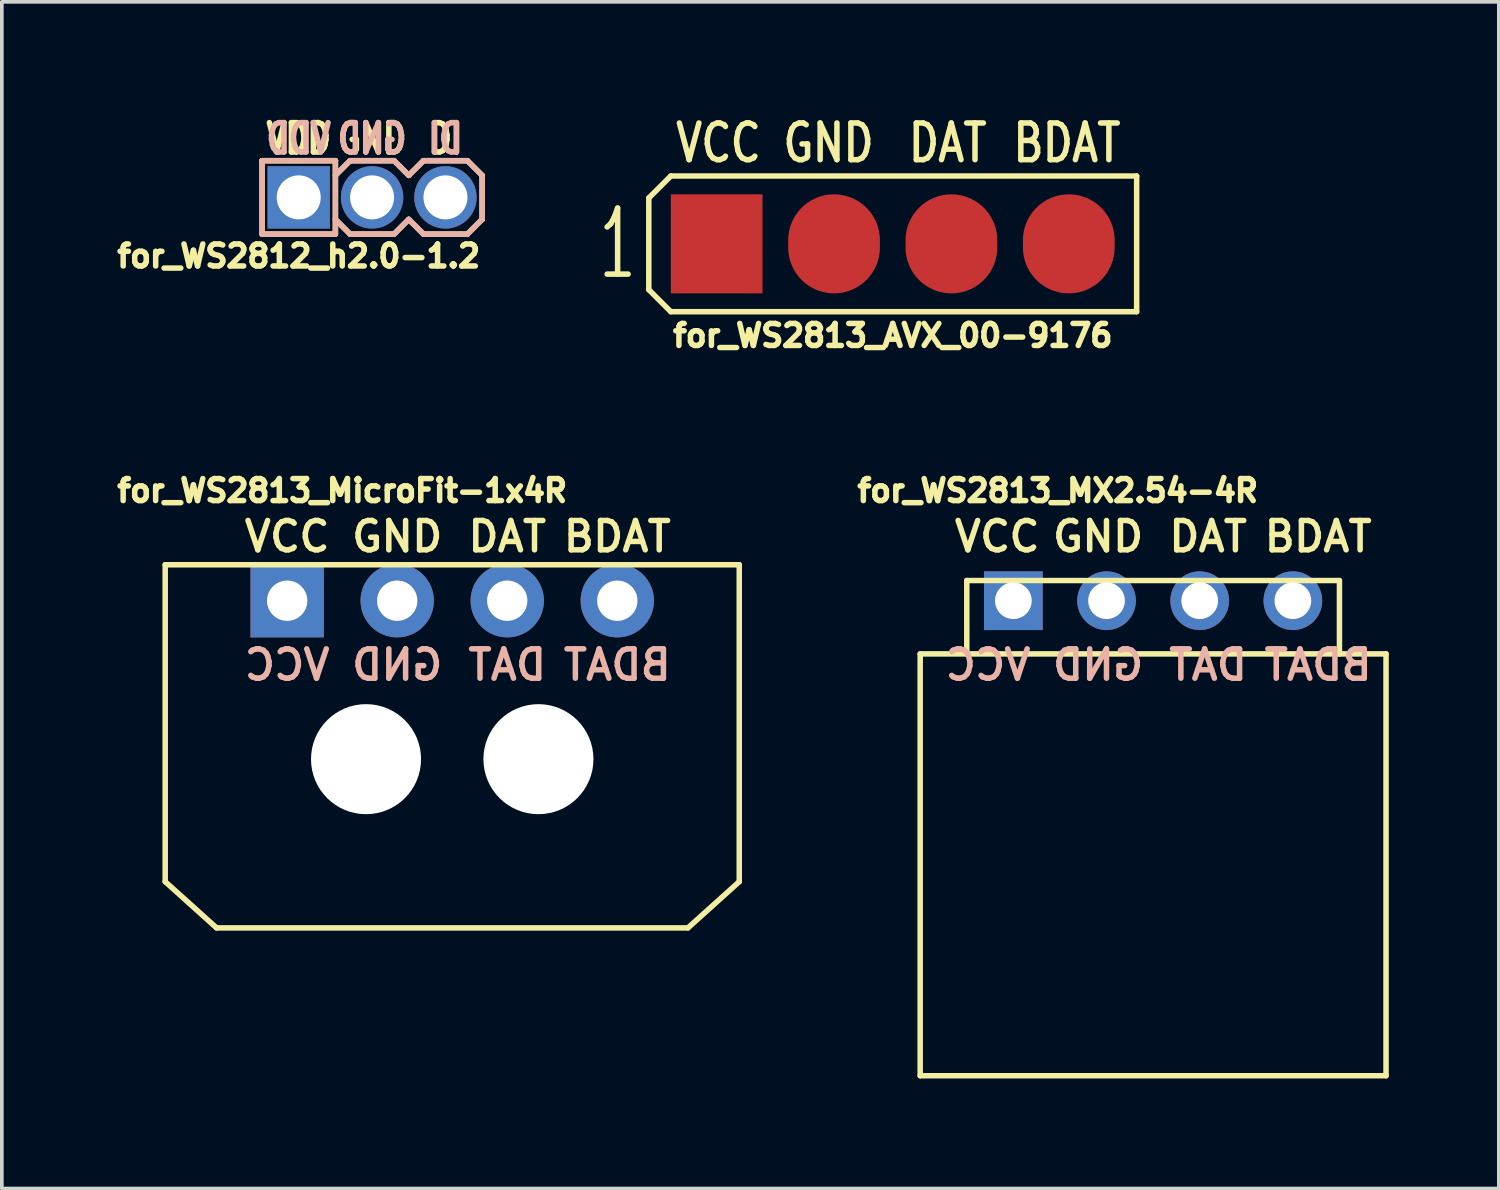
<source format=kicad_pcb>
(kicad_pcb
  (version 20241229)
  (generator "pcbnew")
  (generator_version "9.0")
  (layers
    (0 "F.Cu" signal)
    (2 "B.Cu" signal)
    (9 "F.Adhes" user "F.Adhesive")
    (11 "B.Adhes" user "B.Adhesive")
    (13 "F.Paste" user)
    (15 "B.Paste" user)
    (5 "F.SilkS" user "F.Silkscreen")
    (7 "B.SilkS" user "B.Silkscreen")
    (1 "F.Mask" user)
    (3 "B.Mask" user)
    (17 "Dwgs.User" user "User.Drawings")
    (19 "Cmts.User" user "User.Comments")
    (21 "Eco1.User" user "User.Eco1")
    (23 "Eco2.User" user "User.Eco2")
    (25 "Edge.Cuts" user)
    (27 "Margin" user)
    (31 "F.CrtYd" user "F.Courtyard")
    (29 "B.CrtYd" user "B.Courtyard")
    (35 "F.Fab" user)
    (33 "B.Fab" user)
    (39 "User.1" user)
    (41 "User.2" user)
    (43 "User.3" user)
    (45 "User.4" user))
  (footprint "for_WS2813_MX2.54-4R"
    (layer "F.Cu")
    (at 28.387 13.327)
    (property "Reference" "for_WS2813_MX2.54-4R" (at -2.6 -3 0) (layer "F.SilkS") (effects (font (size 0.6 0.6) (thickness 0.15))))
    (attr through_hole)
    (fp_line (start -6.35 1.45) (end -6.35 12.95) (stroke (width 0.15) (type solid)) (layer "F.SilkS"))
    (fp_line (start -6.35 1.45) (end 6.35 1.45) (stroke (width 0.15) (type solid)) (layer "F.SilkS"))
    (fp_line (start -5.08 -0.55) (end -5.08 1.45) (stroke (width 0.15) (type solid)) (layer "F.SilkS"))
    (fp_line (start -5.08 -0.55) (end 5.08 -0.55) (stroke (width 0.15) (type solid)) (layer "F.SilkS"))
    (fp_line (start 5.08 1.45) (end 5.08 -0.55) (stroke (width 0.15) (type solid)) (layer "F.SilkS"))
    (fp_line (start 6.35 1.45) (end 6.35 12.95) (stroke (width 0.15) (type solid)) (layer "F.SilkS"))
    (fp_line (start 6.35 12.95) (end -6.35 12.95) (stroke (width 0.15) (type solid)) (layer "F.SilkS"))
    (fp_text user "VCC" (at -4.25 -1.75 0) (layer "F.SilkS") (effects (font (size 0.8 0.8) (thickness 0.15))))
    (fp_text user "DAT" (at 1.5 -1.75 0) (layer "F.SilkS") (effects (font (size 0.8 0.8) (thickness 0.15))))
    (fp_text user "BDAT" (at 4.5 -1.75 0) (layer "F.SilkS") (effects (font (size 0.8 0.8) (thickness 0.15))))
    (fp_text user "GND" (at -1.5 -1.75 0) (layer "F.SilkS") (effects (font (size 0.8 0.8) (thickness 0.15))))
    (fp_text user "VCC" (at -4.5 1.75 0) (layer "B.SilkS") (effects (font (size 0.8 0.8) (thickness 0.15)) (justify mirror)))
    (fp_text user "DAT" (at 1.5 1.75 0) (layer "B.SilkS") (effects (font (size 0.8 0.8) (thickness 0.15)) (justify mirror)))
    (fp_text user "GND" (at -1.5 1.75 0) (layer "B.SilkS") (effects (font (size 0.8 0.8) (thickness 0.15)) (justify mirror)))
    (fp_text user "BDAT" (at 4.5 1.75 0) (layer "B.SilkS") (effects (font (size 0.8 0.8) (thickness 0.15)) (justify mirror)))
    (pad "1" thru_hole rect (at -3.81 0) (size 1.6 1.6) (drill 1) (layers "*.Cu" "*.Mask"))
    (pad "2" thru_hole circle (at -1.27 0) (size 1.6 1.6) (drill 1) (layers "*.Cu" "*.Mask"))
    (pad "3" thru_hole circle (at 1.27 0) (size 1.6 1.6) (drill 1) (layers "*.Cu" "*.Mask"))
    (pad "4" thru_hole circle (at 3.81 0) (size 1.6 1.6) (drill 1) (layers "*.Cu" "*.Mask")))
  (footprint "for_WS2812_h2.0-1.2"
    (layer "F.Cu")
    (at 7.094 2.331)
    (property "Reference" "for_WS2812_h2.0-1.2" (at -2 1.6 0) (layer "F.SilkS") (effects (font (size 0.6 0.6) (thickness 0.15))))
    (attr through_hole)
    (fp_line (start -3 -1) (end -1 -1) (stroke (width 0.15) (type solid)) (layer "F.SilkS"))
    (fp_line (start -3 1) (end -3 -1) (stroke (width 0.15) (type solid)) (layer "F.SilkS"))
    (fp_line (start -1 -0.6) (end -0.6 -1) (stroke (width 0.15) (type solid)) (layer "F.SilkS"))
    (fp_line (start -1 1) (end -3 1) (stroke (width 0.15) (type solid)) (layer "F.SilkS"))
    (fp_line (start -1 1) (end -1 -1) (stroke (width 0.15) (type solid)) (layer "F.SilkS"))
    (fp_line (start -0.6 -1) (end 0.6 -1) (stroke (width 0.15) (type solid)) (layer "F.SilkS"))
    (fp_line (start -0.6 1) (end -1 0.6) (stroke (width 0.15) (type solid)) (layer "F.SilkS"))
    (fp_line (start 0.6 -1) (end 1 -0.6) (stroke (width 0.15) (type solid)) (layer "F.SilkS"))
    (fp_line (start 0.6 1) (end -0.6 1) (stroke (width 0.15) (type solid)) (layer "F.SilkS"))
    (fp_line (start 1 -0.6) (end 1.4 -1) (stroke (width 0.15) (type solid)) (layer "F.SilkS"))
    (fp_line (start 1 0.6) (end 0.6 1) (stroke (width 0.15) (type solid)) (layer "F.SilkS"))
    (fp_line (start 1.4 -1) (end 2.6 -1) (stroke (width 0.15) (type solid)) (layer "F.SilkS"))
    (fp_line (start 1.4 1) (end 1 0.6) (stroke (width 0.15) (type solid)) (layer "F.SilkS"))
    (fp_line (start 2.6 -1) (end 3 -0.6) (stroke (width 0.15) (type solid)) (layer "F.SilkS"))
    (fp_line (start 2.6 1) (end 1.4 1) (stroke (width 0.15) (type solid)) (layer "F.SilkS"))
    (fp_line (start 3 -0.6) (end 3 0.6) (stroke (width 0.15) (type solid)) (layer "F.SilkS"))
    (fp_line (start 3 0.6) (end 2.6 1) (stroke (width 0.15) (type solid)) (layer "F.SilkS"))
    (fp_line (start -3 -1) (end -1 -1) (stroke (width 0.15) (type solid)) (layer "B.SilkS"))
    (fp_line (start -3 1) (end -3 -1) (stroke (width 0.15) (type solid)) (layer "B.SilkS"))
    (fp_line (start -1 -1) (end -1 1) (stroke (width 0.15) (type solid)) (layer "B.SilkS"))
    (fp_line (start -1 -0.6) (end -0.6 -1) (stroke (width 0.15) (type solid)) (layer "B.SilkS"))
    (fp_line (start -1 1) (end -3 1) (stroke (width 0.15) (type solid)) (layer "B.SilkS"))
    (fp_line (start -0.6 -1) (end 0.6 -1) (stroke (width 0.15) (type solid)) (layer "B.SilkS"))
    (fp_line (start -0.6 1) (end -1 0.6) (stroke (width 0.15) (type solid)) (layer "B.SilkS"))
    (fp_line (start 0.6 -1) (end 1 -0.6) (stroke (width 0.15) (type solid)) (layer "B.SilkS"))
    (fp_line (start 0.6 1) (end -0.6 1) (stroke (width 0.15) (type solid)) (layer "B.SilkS"))
    (fp_line (start 1 -0.6) (end 1.4 -1) (stroke (width 0.15) (type solid)) (layer "B.SilkS"))
    (fp_line (start 1 0.6) (end 0.6 1) (stroke (width 0.15) (type solid)) (layer "B.SilkS"))
    (fp_line (start 1.4 -1) (end 2.6 -1) (stroke (width 0.15) (type solid)) (layer "B.SilkS"))
    (fp_line (start 1.4 1) (end 1 0.6) (stroke (width 0.15) (type solid)) (layer "B.SilkS"))
    (fp_line (start 2.6 -1) (end 3 -0.6) (stroke (width 0.15) (type solid)) (layer "B.SilkS"))
    (fp_line (start 2.6 1) (end 1.4 1) (stroke (width 0.15) (type solid)) (layer "B.SilkS"))
    (fp_line (start 3 -0.6) (end 3 0.6) (stroke (width 0.15) (type solid)) (layer "B.SilkS"))
    (fp_line (start 3 0.6) (end 2.6 1) (stroke (width 0.15) (type solid)) (layer "B.SilkS"))
    (fp_text user "VDD" (at -2 -1.6 0) (layer "F.SilkS") (effects (font (size 0.8 0.6) (thickness 0.15))))
    (fp_text user "DI" (at 2 -1.6 0) (layer "F.SilkS") (effects (font (size 0.8 0.6) (thickness 0.15))))
    (fp_text user "GND" (at 0 -1.6 0) (layer "F.SilkS") (effects (font (size 0.8 0.6) (thickness 0.15))))
    (fp_text user "VDD" (at -2 -1.6 0) (layer "B.SilkS") (effects (font (size 0.8 0.6) (thickness 0.15)) (justify mirror)))
    (fp_text user "GND" (at 0 -1.6 0) (layer "B.SilkS") (effects (font (size 0.8 0.6) (thickness 0.15)) (justify mirror)))
    (fp_text user "DI" (at 2 -1.6 0) (layer "B.SilkS") (effects (font (size 0.8 0.6) (thickness 0.15)) (justify mirror)))
    (pad "1" thru_hole rect (at -2 0) (size 1.7 1.7) (drill 1.2) (layers "*.Cu" "*.Mask"))
    (pad "2" thru_hole circle (at 0 0) (size 1.7 1.7) (drill 1.2) (layers "*.Cu" "*.Mask"))
    (pad "3" thru_hole circle (at 2 0) (size 1.7 1.7) (drill 1.2) (layers "*.Cu" "*.Mask")))
  (footprint "for_WS2813_MicroFit-1x4R"
    (layer "F.Cu")
    (at 9.279 13.327)
    (property "Reference" "for_WS2813_MicroFit-1x4R" (at -3 -3 0) (layer "F.SilkS") (effects (font (size 0.6 0.6) (thickness 0.15))))
    (attr through_hole)
    (fp_line (start -7.825 7.66) (end -7.825 -0.98) (stroke (width 0.15) (type solid)) (layer "F.SilkS"))
    (fp_line (start -6.425 8.92) (end -7.825 7.66) (stroke (width 0.15) (type solid)) (layer "F.SilkS"))
    (fp_line (start -6.425 8.92) (end 6.425 8.92) (stroke (width 0.15) (type solid)) (layer "F.SilkS"))
    (fp_line (start 6.425 8.92) (end 7.825 7.66) (stroke (width 0.15) (type solid)) (layer "F.SilkS"))
    (fp_line (start 7.825 -0.98) (end -7.825 -0.98) (stroke (width 0.15) (type solid)) (layer "F.SilkS"))
    (fp_line (start 7.825 7.66) (end 7.825 -0.98) (stroke (width 0.15) (type solid)) (layer "F.SilkS"))
    (fp_text user "DAT" (at 1.5 -1.75 0) (layer "F.SilkS") (effects (font (size 0.8 0.8) (thickness 0.15))))
    (fp_text user "GND" (at -1.5 -1.75 0) (layer "F.SilkS") (effects (font (size 0.8 0.8) (thickness 0.15))))
    (fp_text user "BDAT" (at 4.5 -1.75 0) (layer "F.SilkS") (effects (font (size 0.8 0.8) (thickness 0.15))))
    (fp_text user "VCC" (at -4.5 -1.75 0) (layer "F.SilkS") (effects (font (size 0.8 0.8) (thickness 0.15))))
    (fp_text user "GND" (at -1.5 1.75 0) (layer "B.SilkS") (effects (font (size 0.8 0.8) (thickness 0.15)) (justify mirror)))
    (fp_text user "DAT" (at 1.5 1.75 0) (layer "B.SilkS") (effects (font (size 0.8 0.8) (thickness 0.15)) (justify mirror)))
    (fp_text user "VCC" (at -4.5 1.75 0) (layer "B.SilkS") (effects (font (size 0.8 0.8) (thickness 0.15)) (justify mirror)))
    (fp_text user "BDAT" (at 4.5 1.75 0) (layer "B.SilkS") (effects (font (size 0.8 0.8) (thickness 0.15)) (justify mirror)))
    (pad "" np_thru_hole circle (at -2.35 4.32) (size 3 3) (drill 3) (layers "*.Cu" "*.Mask"))
    (pad "" np_thru_hole circle (at 2.35 4.32) (size 3 3) (drill 3) (layers "*.Cu" "*.Mask"))
    (pad "1" thru_hole rect (at -4.5 0) (size 2 2) (drill 1.1) (layers "*.Cu" "*.Mask"))
    (pad "2" thru_hole circle (at -1.5 0) (size 2 2) (drill 1.1) (layers "*.Cu" "*.Mask"))
    (pad "3" thru_hole circle (at 1.5 0) (size 2 2) (drill 1.1) (layers "*.Cu" "*.Mask"))
    (pad "4" thru_hole circle (at 4.5 0) (size 2 2) (drill 1.1) (layers "*.Cu" "*.Mask")))
  (footprint "for_WS2813_AVX_00-9176"
    (layer "F.Cu")
    (at 21.288 3.598)
    (property "Reference" "for_WS2813_AVX_00-9176" (at 0 2.5 0) (layer "F.SilkS") (effects (font (size 0.6 0.6) (thickness 0.15))))
    (attr through_hole)
    (fp_line (start -6.65 1.25) (end -6.65 -1.25) (stroke (width 0.15) (type solid)) (layer "F.SilkS"))
    (fp_line (start -6.05 -1.85) (end -6.65 -1.25) (stroke (width 0.15) (type solid)) (layer "F.SilkS"))
    (fp_line (start -6.05 -1.85) (end 6.65 -1.85) (stroke (width 0.15) (type solid)) (layer "F.SilkS"))
    (fp_line (start -6.05 1.85) (end -6.65 1.25) (stroke (width 0.15) (type solid)) (layer "F.SilkS"))
    (fp_line (start 6.65 1.85) (end -6.05 1.85) (stroke (width 0.15) (type solid)) (layer "F.SilkS"))
    (fp_line (start 6.65 1.85) (end 6.65 -1.85) (stroke (width 0.15) (type solid)) (layer "F.SilkS"))
    (fp_text user "DAT" (at 1.5 -2.75 180) (layer "F.SilkS") (effects (font (size 1 0.8) (thickness 0.15))))
    (fp_text user "BDAT" (at 4.75 -2.75 180) (layer "F.SilkS") (effects (font (size 1 0.8) (thickness 0.15))))
    (fp_text user "VCC" (at -4.75 -2.75 180) (layer "F.SilkS") (effects (font (size 1 0.8) (thickness 0.15))))
    (fp_text user "GND" (at -1.75 -2.75 180) (layer "F.SilkS") (effects (font (size 1 0.8) (thickness 0.15))))
    (fp_text user "1" (at -7.5 0 0) (layer "F.SilkS") (effects (font (size 1.8 1) (thickness 0.15))))
    (pad "1" smd rect (at -4.8 0) (size 2.5 2.7) (layers "F.Cu" "F.Mask" "F.Paste"))
    (pad "2" smd oval (at -1.6 0) (size 2.5 2.7) (layers "F.Cu" "F.Mask" "F.Paste"))
    (pad "3" smd oval (at 1.6 0) (size 2.5 2.7) (layers "F.Cu" "F.Mask" "F.Paste"))
    (pad "4" smd oval (at 4.8 0) (size 2.5 2.7) (layers "F.Cu" "F.Mask" "F.Paste")))
  (gr_rect
    (start -3 -3)
    (end 37.812 29.352)
    (stroke (width 0.1) (type default))
    (fill no)
    (layer "Edge.Cuts")))
</source>
